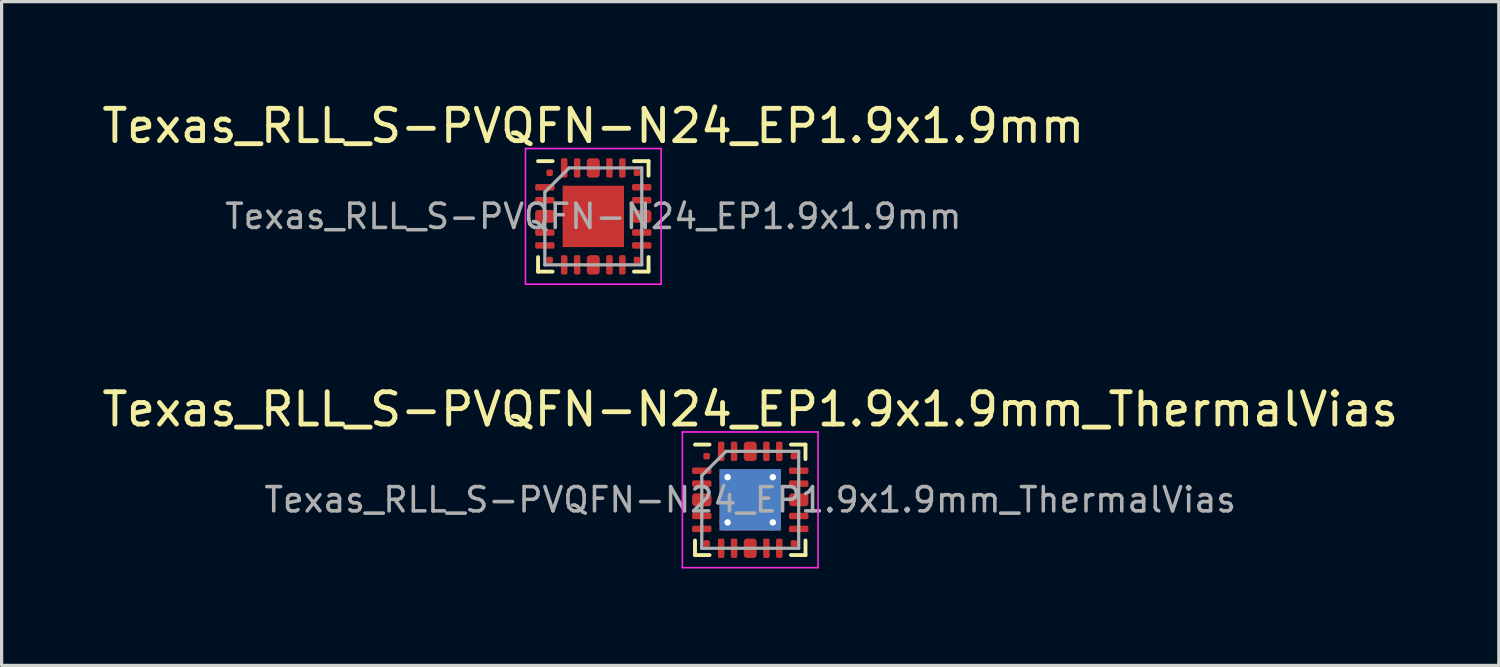
<source format=kicad_pcb>
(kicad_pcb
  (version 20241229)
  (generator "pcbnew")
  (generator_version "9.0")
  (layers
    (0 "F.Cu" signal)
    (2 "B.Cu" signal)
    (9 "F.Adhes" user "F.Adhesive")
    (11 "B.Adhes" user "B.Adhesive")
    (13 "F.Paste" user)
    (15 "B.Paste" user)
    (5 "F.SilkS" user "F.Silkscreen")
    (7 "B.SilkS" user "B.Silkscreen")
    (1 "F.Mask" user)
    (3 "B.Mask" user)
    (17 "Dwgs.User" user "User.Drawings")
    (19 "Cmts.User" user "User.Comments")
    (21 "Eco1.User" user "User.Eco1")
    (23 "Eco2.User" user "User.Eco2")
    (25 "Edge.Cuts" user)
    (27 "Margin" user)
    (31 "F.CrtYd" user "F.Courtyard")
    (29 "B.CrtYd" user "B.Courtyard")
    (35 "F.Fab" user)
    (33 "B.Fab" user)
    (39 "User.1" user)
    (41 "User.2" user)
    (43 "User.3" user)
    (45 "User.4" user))
  (footprint "Texas_RLL_S-PVQFN-N24_EP1.9x1.9mm_ThermalVias"
    (layer "F.Cu")
    (at 20.173 12.421)
    (property "Reference" "Texas_RLL_S-PVQFN-N24_EP1.9x1.9mm_ThermalVias" (at 0 -2.8 0) (layer "F.SilkS") (effects (font (size 1 1) (thickness 0.15))))
    (attr smd)
    (fp_line (start -1.71 1.71) (end -1.71 1.26) (stroke (width 0.12) (type solid)) (layer "F.SilkS"))
    (fp_line (start -1.26 -1.71) (end -1.71 -1.71) (stroke (width 0.12) (type solid)) (layer "F.SilkS"))
    (fp_line (start -1.26 1.71) (end -1.71 1.71) (stroke (width 0.12) (type solid)) (layer "F.SilkS"))
    (fp_line (start 1.26 -1.71) (end 1.71 -1.71) (stroke (width 0.12) (type solid)) (layer "F.SilkS"))
    (fp_line (start 1.26 1.71) (end 1.71 1.71) (stroke (width 0.12) (type solid)) (layer "F.SilkS"))
    (fp_line (start 1.71 -1.71) (end 1.71 -1.26) (stroke (width 0.12) (type solid)) (layer "F.SilkS"))
    (fp_line (start 1.71 1.71) (end 1.71 1.26) (stroke (width 0.12) (type solid)) (layer "F.SilkS"))
    (fp_line (start -2.1 -2.1) (end -2.1 2.1) (stroke (width 0.05) (type solid)) (layer "F.CrtYd"))
    (fp_line (start -2.1 2.1) (end 2.1 2.1) (stroke (width 0.05) (type solid)) (layer "F.CrtYd"))
    (fp_line (start 2.1 -2.1) (end -2.1 -2.1) (stroke (width 0.05) (type solid)) (layer "F.CrtYd"))
    (fp_line (start 2.1 2.1) (end 2.1 -2.1) (stroke (width 0.05) (type solid)) (layer "F.CrtYd"))
    (fp_line (start -1.5 -0.75) (end -0.75 -1.5) (stroke (width 0.1) (type solid)) (layer "F.Fab"))
    (fp_line (start -1.5 1.5) (end -1.5 -0.75) (stroke (width 0.1) (type solid)) (layer "F.Fab"))
    (fp_line (start -0.75 -1.5) (end 1.5 -1.5) (stroke (width 0.1) (type solid)) (layer "F.Fab"))
    (fp_line (start 1.5 -1.5) (end 1.5 1.5) (stroke (width 0.1) (type solid)) (layer "F.Fab"))
    (fp_line (start 1.5 1.5) (end -1.5 1.5) (stroke (width 0.1) (type solid)) (layer "F.Fab"))
    (fp_text user "${REFERENCE}" (at 0 0 0) (layer "F.Fab") (effects (font (size 0.75 0.75) (thickness 0.11))))
    (pad "" smd roundrect (at -0.475 -0.475) (size 0.77 0.77) (layers "F.Paste") (roundrect_rratio 0.25))
    (pad "" smd roundrect (at -0.475 0.475) (size 0.77 0.77) (layers "F.Paste") (roundrect_rratio 0.25))
    (pad "" smd roundrect (at 0.475 -0.475) (size 0.77 0.77) (layers "F.Paste") (roundrect_rratio 0.25))
    (pad "" smd roundrect (at 0.475 0.475) (size 0.77 0.77) (layers "F.Paste") (roundrect_rratio 0.25))
    (pad "1" smd roundrect (at -1.5 -0.9) (size 0.6 0.2) (layers "F.Cu" "F.Mask" "F.Paste") (roundrect_rratio 0.25))
    (pad "2" smd roundrect (at -1.5 -0.5) (size 0.6 0.2) (layers "F.Cu" "F.Mask" "F.Paste") (roundrect_rratio 0.25))
    (pad "3" smd roundrect (at -1.5 0) (size 0.6 0.4) (layers "F.Cu" "F.Mask" "F.Paste") (roundrect_rratio 0.25))
    (pad "4" smd roundrect (at -1.5 0.5) (size 0.6 0.2) (layers "F.Cu" "F.Mask" "F.Paste") (roundrect_rratio 0.25))
    (pad "5" smd roundrect (at -1.5 0.9) (size 0.6 0.2) (layers "F.Cu" "F.Mask" "F.Paste") (roundrect_rratio 0.25))
    (pad "6" smd roundrect (at -1.35 1.35 90) (size 0.2 0.2) (layers "F.Cu" "F.Mask" "F.Paste") (roundrect_rratio 0.25))
    (pad "7" smd roundrect (at -0.9 1.5) (size 0.2 0.6) (layers "F.Cu" "F.Mask" "F.Paste") (roundrect_rratio 0.25))
    (pad "8" smd roundrect (at -0.5 1.5) (size 0.2 0.6) (layers "F.Cu" "F.Mask" "F.Paste") (roundrect_rratio 0.25))
    (pad "9" smd roundrect (at 0 1.5) (size 0.4 0.6) (layers "F.Cu" "F.Mask" "F.Paste") (roundrect_rratio 0.25))
    (pad "10" smd roundrect (at 0.5 1.5) (size 0.2 0.6) (layers "F.Cu" "F.Mask" "F.Paste") (roundrect_rratio 0.25))
    (pad "11" smd roundrect (at 0.9 1.5) (size 0.2 0.6) (layers "F.Cu" "F.Mask" "F.Paste") (roundrect_rratio 0.25))
    (pad "12" smd roundrect (at 1.35 1.35) (size 0.2 0.2) (layers "F.Cu" "F.Mask" "F.Paste") (roundrect_rratio 0.25))
    (pad "13" smd roundrect (at 1.5 0.9) (size 0.6 0.2) (layers "F.Cu" "F.Mask" "F.Paste") (roundrect_rratio 0.25))
    (pad "14" smd roundrect (at 1.5 0.5) (size 0.6 0.2) (layers "F.Cu" "F.Mask" "F.Paste") (roundrect_rratio 0.25))
    (pad "15" smd roundrect (at 1.5 0) (size 0.6 0.4) (layers "F.Cu" "F.Mask" "F.Paste") (roundrect_rratio 0.25))
    (pad "16" smd roundrect (at 1.5 -0.5) (size 0.6 0.2) (layers "F.Cu" "F.Mask" "F.Paste") (roundrect_rratio 0.25))
    (pad "17" smd roundrect (at 1.5 -0.9) (size 0.6 0.2) (layers "F.Cu" "F.Mask" "F.Paste") (roundrect_rratio 0.25))
    (pad "18" smd roundrect (at 1.35 -1.35) (size 0.2 0.2) (layers "F.Cu" "F.Mask" "F.Paste") (roundrect_rratio 0.25))
    (pad "19" smd roundrect (at 0.9 -1.5) (size 0.2 0.6) (layers "F.Cu" "F.Mask" "F.Paste") (roundrect_rratio 0.25))
    (pad "20" smd roundrect (at 0.5 -1.5) (size 0.2 0.6) (layers "F.Cu" "F.Mask" "F.Paste") (roundrect_rratio 0.25))
    (pad "21" smd roundrect (at 0 -1.5) (size 0.4 0.6) (layers "F.Cu" "F.Mask" "F.Paste") (roundrect_rratio 0.25))
    (pad "22" smd roundrect (at -0.5 -1.5) (size 0.2 0.6) (layers "F.Cu" "F.Mask" "F.Paste") (roundrect_rratio 0.25))
    (pad "23" smd roundrect (at -0.9 -1.5) (size 0.2 0.6) (layers "F.Cu" "F.Mask" "F.Paste") (roundrect_rratio 0.25))
    (pad "24" smd roundrect (at -1.35 -1.35) (size 0.2 0.2) (layers "F.Cu" "F.Mask" "F.Paste") (roundrect_rratio 0.25))
    (pad "25" thru_hole circle (at -0.7 -0.7) (size 0.5 0.5) (drill 0.2) (layers "*.Cu"))
    (pad "25" thru_hole circle (at -0.7 0.7) (size 0.5 0.5) (drill 0.2) (layers "*.Cu"))
    (pad "25" smd rect (at 0 0) (size 1.9 1.9) (layers "F.Cu" "F.Mask"))
    (pad "25" smd rect (at 0 0) (size 1.9 1.9) (layers "B.Cu"))
    (pad "25" thru_hole circle (at 0.7 -0.7) (size 0.5 0.5) (drill 0.2) (layers "*.Cu"))
    (pad "25" thru_hole circle (at 0.7 0.7) (size 0.5 0.5) (drill 0.2) (layers "*.Cu")))
  (footprint "Texas_RLL_S-PVQFN-N24_EP1.9x1.9mm"
    (layer "F.Cu")
    (at 15.315 3.648)
    (property "Reference" "Texas_RLL_S-PVQFN-N24_EP1.9x1.9mm" (at 0 -2.8 0) (layer "F.SilkS") (effects (font (size 1 1) (thickness 0.15))))
    (attr smd)
    (fp_line (start -1.71 1.71) (end -1.71 1.26) (stroke (width 0.12) (type solid)) (layer "F.SilkS"))
    (fp_line (start -1.26 -1.71) (end -1.71 -1.71) (stroke (width 0.12) (type solid)) (layer "F.SilkS"))
    (fp_line (start -1.26 1.71) (end -1.71 1.71) (stroke (width 0.12) (type solid)) (layer "F.SilkS"))
    (fp_line (start 1.26 -1.71) (end 1.71 -1.71) (stroke (width 0.12) (type solid)) (layer "F.SilkS"))
    (fp_line (start 1.26 1.71) (end 1.71 1.71) (stroke (width 0.12) (type solid)) (layer "F.SilkS"))
    (fp_line (start 1.71 -1.71) (end 1.71 -1.26) (stroke (width 0.12) (type solid)) (layer "F.SilkS"))
    (fp_line (start 1.71 1.71) (end 1.71 1.26) (stroke (width 0.12) (type solid)) (layer "F.SilkS"))
    (fp_line (start -2.1 -2.1) (end -2.1 2.1) (stroke (width 0.05) (type solid)) (layer "F.CrtYd"))
    (fp_line (start -2.1 2.1) (end 2.1 2.1) (stroke (width 0.05) (type solid)) (layer "F.CrtYd"))
    (fp_line (start 2.1 -2.1) (end -2.1 -2.1) (stroke (width 0.05) (type solid)) (layer "F.CrtYd"))
    (fp_line (start 2.1 2.1) (end 2.1 -2.1) (stroke (width 0.05) (type solid)) (layer "F.CrtYd"))
    (fp_line (start -1.5 -0.75) (end -0.75 -1.5) (stroke (width 0.1) (type solid)) (layer "F.Fab"))
    (fp_line (start -1.5 1.5) (end -1.5 -0.75) (stroke (width 0.1) (type solid)) (layer "F.Fab"))
    (fp_line (start -0.75 -1.5) (end 1.5 -1.5) (stroke (width 0.1) (type solid)) (layer "F.Fab"))
    (fp_line (start 1.5 -1.5) (end 1.5 1.5) (stroke (width 0.1) (type solid)) (layer "F.Fab"))
    (fp_line (start 1.5 1.5) (end -1.5 1.5) (stroke (width 0.1) (type solid)) (layer "F.Fab"))
    (fp_text user "${REFERENCE}" (at 0 0 0) (layer "F.Fab") (effects (font (size 0.75 0.75) (thickness 0.11))))
    (pad "" smd roundrect (at -0.475 -0.475) (size 0.77 0.77) (layers "F.Paste") (roundrect_rratio 0.25))
    (pad "" smd roundrect (at -0.475 0.475) (size 0.77 0.77) (layers "F.Paste") (roundrect_rratio 0.25))
    (pad "" smd roundrect (at 0.475 -0.475) (size 0.77 0.77) (layers "F.Paste") (roundrect_rratio 0.25))
    (pad "" smd roundrect (at 0.475 0.475) (size 0.77 0.77) (layers "F.Paste") (roundrect_rratio 0.25))
    (pad "1" smd roundrect (at -1.5 -0.9) (size 0.6 0.2) (layers "F.Cu" "F.Mask" "F.Paste") (roundrect_rratio 0.25))
    (pad "2" smd roundrect (at -1.5 -0.5) (size 0.6 0.2) (layers "F.Cu" "F.Mask" "F.Paste") (roundrect_rratio 0.25))
    (pad "3" smd roundrect (at -1.5 0) (size 0.6 0.4) (layers "F.Cu" "F.Mask" "F.Paste") (roundrect_rratio 0.25))
    (pad "4" smd roundrect (at -1.5 0.5) (size 0.6 0.2) (layers "F.Cu" "F.Mask" "F.Paste") (roundrect_rratio 0.25))
    (pad "5" smd roundrect (at -1.5 0.9) (size 0.6 0.2) (layers "F.Cu" "F.Mask" "F.Paste") (roundrect_rratio 0.25))
    (pad "6" smd roundrect (at -1.35 1.35 90) (size 0.2 0.2) (layers "F.Cu" "F.Mask" "F.Paste") (roundrect_rratio 0.25))
    (pad "7" smd roundrect (at -0.9 1.5) (size 0.2 0.6) (layers "F.Cu" "F.Mask" "F.Paste") (roundrect_rratio 0.25))
    (pad "8" smd roundrect (at -0.5 1.5) (size 0.2 0.6) (layers "F.Cu" "F.Mask" "F.Paste") (roundrect_rratio 0.25))
    (pad "9" smd roundrect (at 0 1.5) (size 0.4 0.6) (layers "F.Cu" "F.Mask" "F.Paste") (roundrect_rratio 0.25))
    (pad "10" smd roundrect (at 0.5 1.5) (size 0.2 0.6) (layers "F.Cu" "F.Mask" "F.Paste") (roundrect_rratio 0.25))
    (pad "11" smd roundrect (at 0.9 1.5) (size 0.2 0.6) (layers "F.Cu" "F.Mask" "F.Paste") (roundrect_rratio 0.25))
    (pad "12" smd roundrect (at 1.35 1.35) (size 0.2 0.2) (layers "F.Cu" "F.Mask" "F.Paste") (roundrect_rratio 0.25))
    (pad "13" smd roundrect (at 1.5 0.9) (size 0.6 0.2) (layers "F.Cu" "F.Mask" "F.Paste") (roundrect_rratio 0.25))
    (pad "14" smd roundrect (at 1.5 0.5) (size 0.6 0.2) (layers "F.Cu" "F.Mask" "F.Paste") (roundrect_rratio 0.25))
    (pad "15" smd roundrect (at 1.5 0) (size 0.6 0.4) (layers "F.Cu" "F.Mask" "F.Paste") (roundrect_rratio 0.25))
    (pad "16" smd roundrect (at 1.5 -0.5) (size 0.6 0.2) (layers "F.Cu" "F.Mask" "F.Paste") (roundrect_rratio 0.25))
    (pad "17" smd roundrect (at 1.5 -0.9) (size 0.6 0.2) (layers "F.Cu" "F.Mask" "F.Paste") (roundrect_rratio 0.25))
    (pad "18" smd roundrect (at 1.35 -1.35) (size 0.2 0.2) (layers "F.Cu" "F.Mask" "F.Paste") (roundrect_rratio 0.25))
    (pad "19" smd roundrect (at 0.9 -1.5) (size 0.2 0.6) (layers "F.Cu" "F.Mask" "F.Paste") (roundrect_rratio 0.25))
    (pad "20" smd roundrect (at 0.5 -1.5) (size 0.2 0.6) (layers "F.Cu" "F.Mask" "F.Paste") (roundrect_rratio 0.25))
    (pad "21" smd roundrect (at 0 -1.5) (size 0.4 0.6) (layers "F.Cu" "F.Mask" "F.Paste") (roundrect_rratio 0.25))
    (pad "22" smd roundrect (at -0.5 -1.5) (size 0.2 0.6) (layers "F.Cu" "F.Mask" "F.Paste") (roundrect_rratio 0.25))
    (pad "23" smd roundrect (at -0.9 -1.5) (size 0.2 0.6) (layers "F.Cu" "F.Mask" "F.Paste") (roundrect_rratio 0.25))
    (pad "24" smd roundrect (at -1.35 -1.35) (size 0.2 0.2) (layers "F.Cu" "F.Mask" "F.Paste") (roundrect_rratio 0.25))
    (pad "25" smd rect (at 0 0) (size 1.9 1.9) (layers "F.Cu" "F.Mask")))
  (gr_rect
    (start -3 -3)
    (end 43.345 17.547)
    (stroke (width 0.1) (type default))
    (fill no)
    (layer "Edge.Cuts")))
</source>
